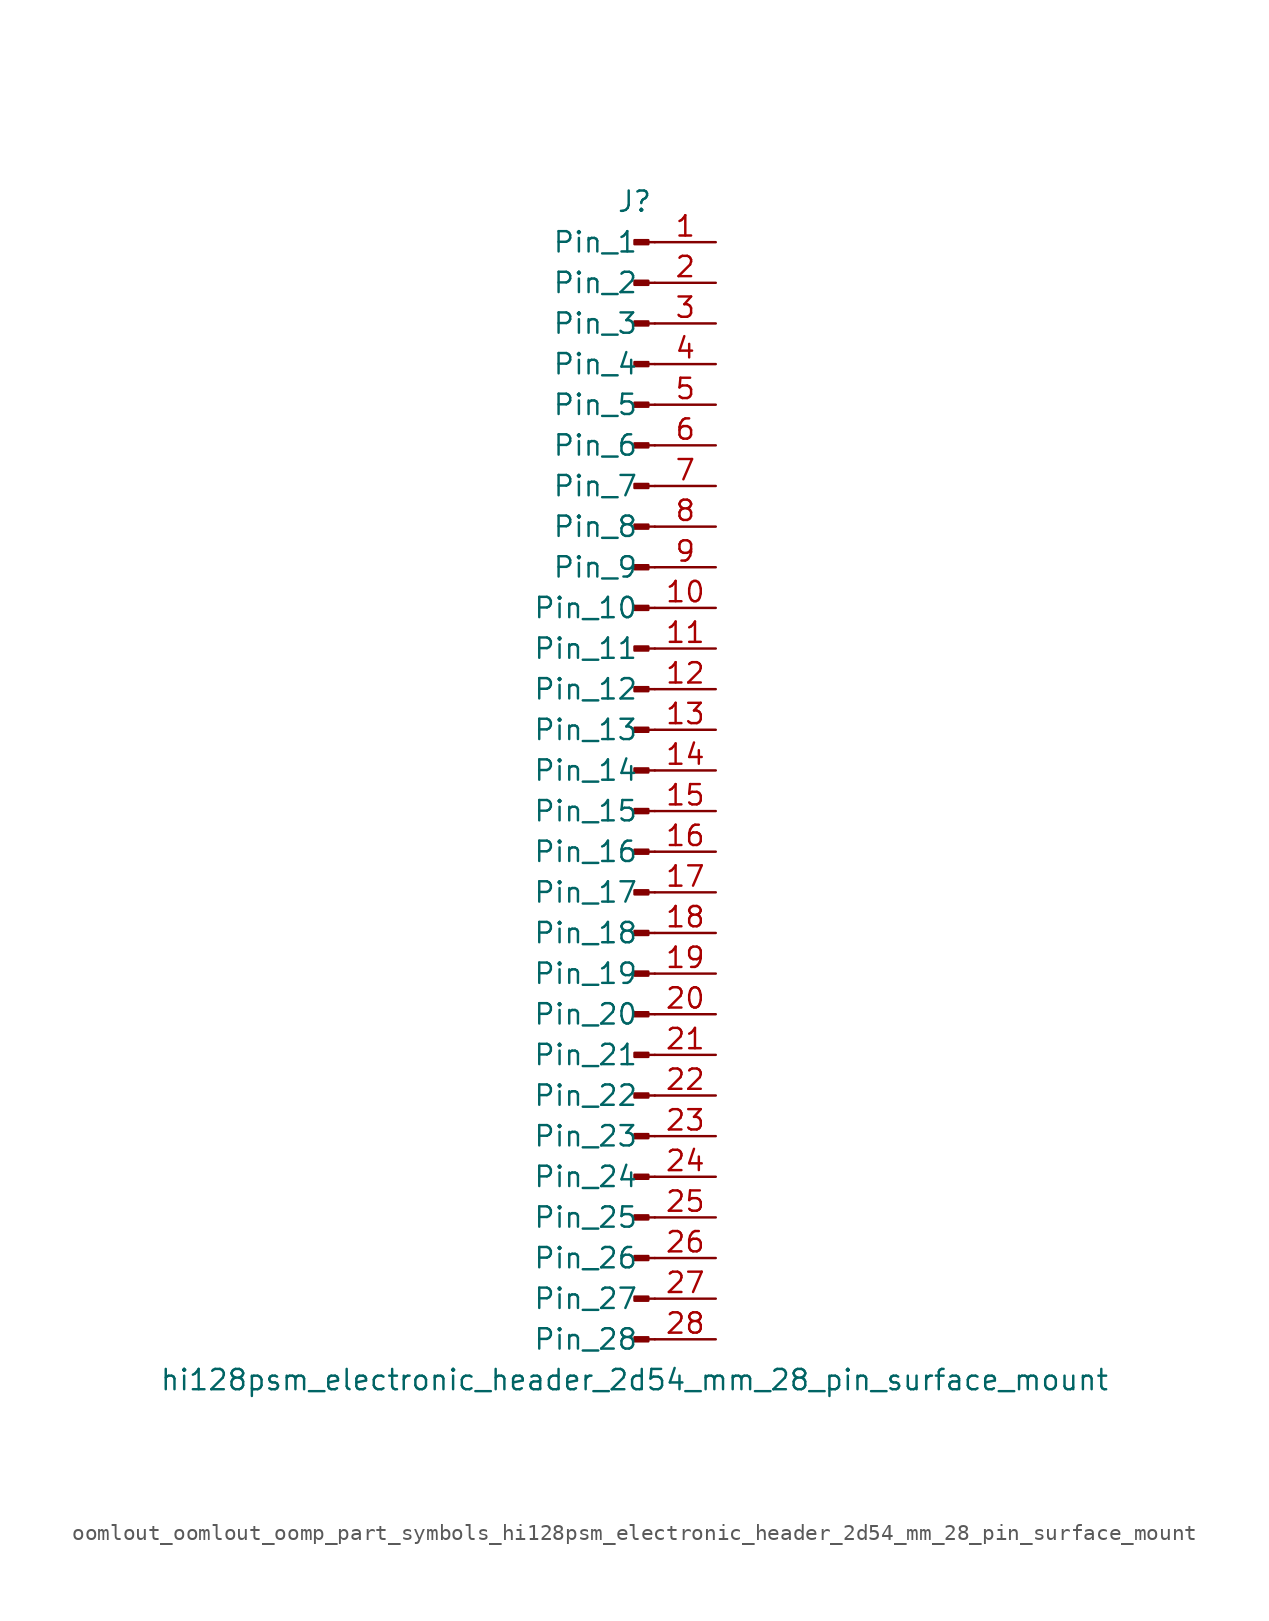
<source format=kicad_sym>
(kicad_symbol_lib
  (version 20220914)
  (generator kicad_symbol_editor)
  (symbol "oomlout_oomlout_oomp_part_symbols_hi128psm_electronic_header_2d54_mm_28_pin_surface_mount"
    (pin_names
      (offset 1.016))
    (property "Reference" "J"
      (at 0 35.56 0)
      (effects (font (size 1.27 1.27))))
    (property "Value" "hi128psm_electronic_header_2d54_mm_28_pin_surface_mount"
      (at 0 -38.1 0)
      (effects (font (size 1.27 1.27))))
    (property "ki_locked" ""
      (at 0 0 0)
      (effects (font (size 1.27 1.27))))
    (symbol "oomlout_oomlout_oomp_part_symbols_hi128psm_electronic_header_2d54_mm_28_pin_surface_mount_1_1"
      (polyline (pts (xy 1.27 -35.56) (xy 0.864 -35.56)) (stroke (width 0.152) (type default)) (fill (type none)))
      (polyline (pts (xy 1.27 -33.02) (xy 0.864 -33.02)) (stroke (width 0.152) (type default)) (fill (type none)))
      (polyline (pts (xy 1.27 -30.48) (xy 0.864 -30.48)) (stroke (width 0.152) (type default)) (fill (type none)))
      (polyline (pts (xy 1.27 -27.94) (xy 0.864 -27.94)) (stroke (width 0.152) (type default)) (fill (type none)))
      (polyline (pts (xy 1.27 -25.4) (xy 0.864 -25.4)) (stroke (width 0.152) (type default)) (fill (type none)))
      (polyline (pts (xy 1.27 -22.86) (xy 0.864 -22.86)) (stroke (width 0.152) (type default)) (fill (type none)))
      (polyline (pts (xy 1.27 -20.32) (xy 0.864 -20.32)) (stroke (width 0.152) (type default)) (fill (type none)))
      (polyline (pts (xy 1.27 -17.78) (xy 0.864 -17.78)) (stroke (width 0.152) (type default)) (fill (type none)))
      (polyline (pts (xy 1.27 -15.24) (xy 0.864 -15.24)) (stroke (width 0.152) (type default)) (fill (type none)))
      (polyline (pts (xy 1.27 -12.7) (xy 0.864 -12.7)) (stroke (width 0.152) (type default)) (fill (type none)))
      (polyline (pts (xy 1.27 -10.16) (xy 0.864 -10.16)) (stroke (width 0.152) (type default)) (fill (type none)))
      (polyline (pts (xy 1.27 -7.62) (xy 0.864 -7.62)) (stroke (width 0.152) (type default)) (fill (type none)))
      (polyline (pts (xy 1.27 -5.08) (xy 0.864 -5.08)) (stroke (width 0.152) (type default)) (fill (type none)))
      (polyline (pts (xy 1.27 -2.54) (xy 0.864 -2.54)) (stroke (width 0.152) (type default)) (fill (type none)))
      (polyline (pts (xy 1.27 0) (xy 0.864 0)) (stroke (width 0.152) (type default)) (fill (type none)))
      (polyline (pts (xy 1.27 2.54) (xy 0.864 2.54)) (stroke (width 0.152) (type default)) (fill (type none)))
      (polyline (pts (xy 1.27 5.08) (xy 0.864 5.08)) (stroke (width 0.152) (type default)) (fill (type none)))
      (polyline (pts (xy 1.27 7.62) (xy 0.864 7.62)) (stroke (width 0.152) (type default)) (fill (type none)))
      (polyline (pts (xy 1.27 10.16) (xy 0.864 10.16)) (stroke (width 0.152) (type default)) (fill (type none)))
      (polyline (pts (xy 1.27 12.7) (xy 0.864 12.7)) (stroke (width 0.152) (type default)) (fill (type none)))
      (polyline (pts (xy 1.27 15.24) (xy 0.864 15.24)) (stroke (width 0.152) (type default)) (fill (type none)))
      (polyline (pts (xy 1.27 17.78) (xy 0.864 17.78)) (stroke (width 0.152) (type default)) (fill (type none)))
      (polyline (pts (xy 1.27 20.32) (xy 0.864 20.32)) (stroke (width 0.152) (type default)) (fill (type none)))
      (polyline (pts (xy 1.27 22.86) (xy 0.864 22.86)) (stroke (width 0.152) (type default)) (fill (type none)))
      (polyline (pts (xy 1.27 25.4) (xy 0.864 25.4)) (stroke (width 0.152) (type default)) (fill (type none)))
      (polyline (pts (xy 1.27 27.94) (xy 0.864 27.94)) (stroke (width 0.152) (type default)) (fill (type none)))
      (polyline (pts (xy 1.27 30.48) (xy 0.864 30.48)) (stroke (width 0.152) (type default)) (fill (type none)))
      (polyline (pts (xy 1.27 33.02) (xy 0.864 33.02)) (stroke (width 0.152) (type default)) (fill (type none)))
      (rectangle (start 0.864 -35.433) (end 0 -35.687) (stroke (width 0.152) (type default)) (fill (type outline)))
      (rectangle (start 0.864 -32.893) (end 0 -33.147) (stroke (width 0.152) (type default)) (fill (type outline)))
      (rectangle (start 0.864 -30.353) (end 0 -30.607) (stroke (width 0.152) (type default)) (fill (type outline)))
      (rectangle (start 0.864 -27.813) (end 0 -28.067) (stroke (width 0.152) (type default)) (fill (type outline)))
      (rectangle (start 0.864 -25.273) (end 0 -25.527) (stroke (width 0.152) (type default)) (fill (type outline)))
      (rectangle (start 0.864 -22.733) (end 0 -22.987) (stroke (width 0.152) (type default)) (fill (type outline)))
      (rectangle (start 0.864 -20.193) (end 0 -20.447) (stroke (width 0.152) (type default)) (fill (type outline)))
      (rectangle (start 0.864 -17.653) (end 0 -17.907) (stroke (width 0.152) (type default)) (fill (type outline)))
      (rectangle (start 0.864 -15.113) (end 0 -15.367) (stroke (width 0.152) (type default)) (fill (type outline)))
      (rectangle (start 0.864 -12.573) (end 0 -12.827) (stroke (width 0.152) (type default)) (fill (type outline)))
      (rectangle (start 0.864 -10.033) (end 0 -10.287) (stroke (width 0.152) (type default)) (fill (type outline)))
      (rectangle (start 0.864 -7.493) (end 0 -7.747) (stroke (width 0.152) (type default)) (fill (type outline)))
      (rectangle (start 0.864 -4.953) (end 0 -5.207) (stroke (width 0.152) (type default)) (fill (type outline)))
      (rectangle (start 0.864 -2.413) (end 0 -2.667) (stroke (width 0.152) (type default)) (fill (type outline)))
      (rectangle (start 0.864 0.127) (end 0 -0.127) (stroke (width 0.152) (type default)) (fill (type outline)))
      (rectangle (start 0.864 2.667) (end 0 2.413) (stroke (width 0.152) (type default)) (fill (type outline)))
      (rectangle (start 0.864 5.207) (end 0 4.953) (stroke (width 0.152) (type default)) (fill (type outline)))
      (rectangle (start 0.864 7.747) (end 0 7.493) (stroke (width 0.152) (type default)) (fill (type outline)))
      (rectangle (start 0.864 10.287) (end 0 10.033) (stroke (width 0.152) (type default)) (fill (type outline)))
      (rectangle (start 0.864 12.827) (end 0 12.573) (stroke (width 0.152) (type default)) (fill (type outline)))
      (rectangle (start 0.864 15.367) (end 0 15.113) (stroke (width 0.152) (type default)) (fill (type outline)))
      (rectangle (start 0.864 17.907) (end 0 17.653) (stroke (width 0.152) (type default)) (fill (type outline)))
      (rectangle (start 0.864 20.447) (end 0 20.193) (stroke (width 0.152) (type default)) (fill (type outline)))
      (rectangle (start 0.864 22.987) (end 0 22.733) (stroke (width 0.152) (type default)) (fill (type outline)))
      (rectangle (start 0.864 25.527) (end 0 25.273) (stroke (width 0.152) (type default)) (fill (type outline)))
      (rectangle (start 0.864 28.067) (end 0 27.813) (stroke (width 0.152) (type default)) (fill (type outline)))
      (rectangle (start 0.864 30.607) (end 0 30.353) (stroke (width 0.152) (type default)) (fill (type outline)))
      (rectangle (start 0.864 33.147) (end 0 32.893) (stroke (width 0.152) (type default)) (fill (type outline)))
      (pin passive line (at 5.08 33.02 180) (length 3.81) (name "Pin_1" (effects (font (size 1.27 1.27)))) (number "1" (effects (font (size 1.27 1.27)))))
      (pin passive line (at 5.08 10.16 180) (length 3.81) (name "Pin_10" (effects (font (size 1.27 1.27)))) (number "10" (effects (font (size 1.27 1.27)))))
      (pin passive line (at 5.08 7.62 180) (length 3.81) (name "Pin_11" (effects (font (size 1.27 1.27)))) (number "11" (effects (font (size 1.27 1.27)))))
      (pin passive line (at 5.08 5.08 180) (length 3.81) (name "Pin_12" (effects (font (size 1.27 1.27)))) (number "12" (effects (font (size 1.27 1.27)))))
      (pin passive line (at 5.08 2.54 180) (length 3.81) (name "Pin_13" (effects (font (size 1.27 1.27)))) (number "13" (effects (font (size 1.27 1.27)))))
      (pin passive line (at 5.08 0 180) (length 3.81) (name "Pin_14" (effects (font (size 1.27 1.27)))) (number "14" (effects (font (size 1.27 1.27)))))
      (pin passive line (at 5.08 -2.54 180) (length 3.81) (name "Pin_15" (effects (font (size 1.27 1.27)))) (number "15" (effects (font (size 1.27 1.27)))))
      (pin passive line (at 5.08 -5.08 180) (length 3.81) (name "Pin_16" (effects (font (size 1.27 1.27)))) (number "16" (effects (font (size 1.27 1.27)))))
      (pin passive line (at 5.08 -7.62 180) (length 3.81) (name "Pin_17" (effects (font (size 1.27 1.27)))) (number "17" (effects (font (size 1.27 1.27)))))
      (pin passive line (at 5.08 -10.16 180) (length 3.81) (name "Pin_18" (effects (font (size 1.27 1.27)))) (number "18" (effects (font (size 1.27 1.27)))))
      (pin passive line (at 5.08 -12.7 180) (length 3.81) (name "Pin_19" (effects (font (size 1.27 1.27)))) (number "19" (effects (font (size 1.27 1.27)))))
      (pin passive line (at 5.08 30.48 180) (length 3.81) (name "Pin_2" (effects (font (size 1.27 1.27)))) (number "2" (effects (font (size 1.27 1.27)))))
      (pin passive line (at 5.08 -15.24 180) (length 3.81) (name "Pin_20" (effects (font (size 1.27 1.27)))) (number "20" (effects (font (size 1.27 1.27)))))
      (pin passive line (at 5.08 -17.78 180) (length 3.81) (name "Pin_21" (effects (font (size 1.27 1.27)))) (number "21" (effects (font (size 1.27 1.27)))))
      (pin passive line (at 5.08 -20.32 180) (length 3.81) (name "Pin_22" (effects (font (size 1.27 1.27)))) (number "22" (effects (font (size 1.27 1.27)))))
      (pin passive line (at 5.08 -22.86 180) (length 3.81) (name "Pin_23" (effects (font (size 1.27 1.27)))) (number "23" (effects (font (size 1.27 1.27)))))
      (pin passive line (at 5.08 -25.4 180) (length 3.81) (name "Pin_24" (effects (font (size 1.27 1.27)))) (number "24" (effects (font (size 1.27 1.27)))))
      (pin passive line (at 5.08 -27.94 180) (length 3.81) (name "Pin_25" (effects (font (size 1.27 1.27)))) (number "25" (effects (font (size 1.27 1.27)))))
      (pin passive line (at 5.08 -30.48 180) (length 3.81) (name "Pin_26" (effects (font (size 1.27 1.27)))) (number "26" (effects (font (size 1.27 1.27)))))
      (pin passive line (at 5.08 -33.02 180) (length 3.81) (name "Pin_27" (effects (font (size 1.27 1.27)))) (number "27" (effects (font (size 1.27 1.27)))))
      (pin passive line (at 5.08 -35.56 180) (length 3.81) (name "Pin_28" (effects (font (size 1.27 1.27)))) (number "28" (effects (font (size 1.27 1.27)))))
      (pin passive line (at 5.08 27.94 180) (length 3.81) (name "Pin_3" (effects (font (size 1.27 1.27)))) (number "3" (effects (font (size 1.27 1.27)))))
      (pin passive line (at 5.08 25.4 180) (length 3.81) (name "Pin_4" (effects (font (size 1.27 1.27)))) (number "4" (effects (font (size 1.27 1.27)))))
      (pin passive line (at 5.08 22.86 180) (length 3.81) (name "Pin_5" (effects (font (size 1.27 1.27)))) (number "5" (effects (font (size 1.27 1.27)))))
      (pin passive line (at 5.08 20.32 180) (length 3.81) (name "Pin_6" (effects (font (size 1.27 1.27)))) (number "6" (effects (font (size 1.27 1.27)))))
      (pin passive line (at 5.08 17.78 180) (length 3.81) (name "Pin_7" (effects (font (size 1.27 1.27)))) (number "7" (effects (font (size 1.27 1.27)))))
      (pin passive line (at 5.08 15.24 180) (length 3.81) (name "Pin_8" (effects (font (size 1.27 1.27)))) (number "8" (effects (font (size 1.27 1.27)))))
      (pin passive line (at 5.08 12.7 180) (length 3.81) (name "Pin_9" (effects (font (size 1.27 1.27)))) (number "9" (effects (font (size 1.27 1.27))))))))
</source>
